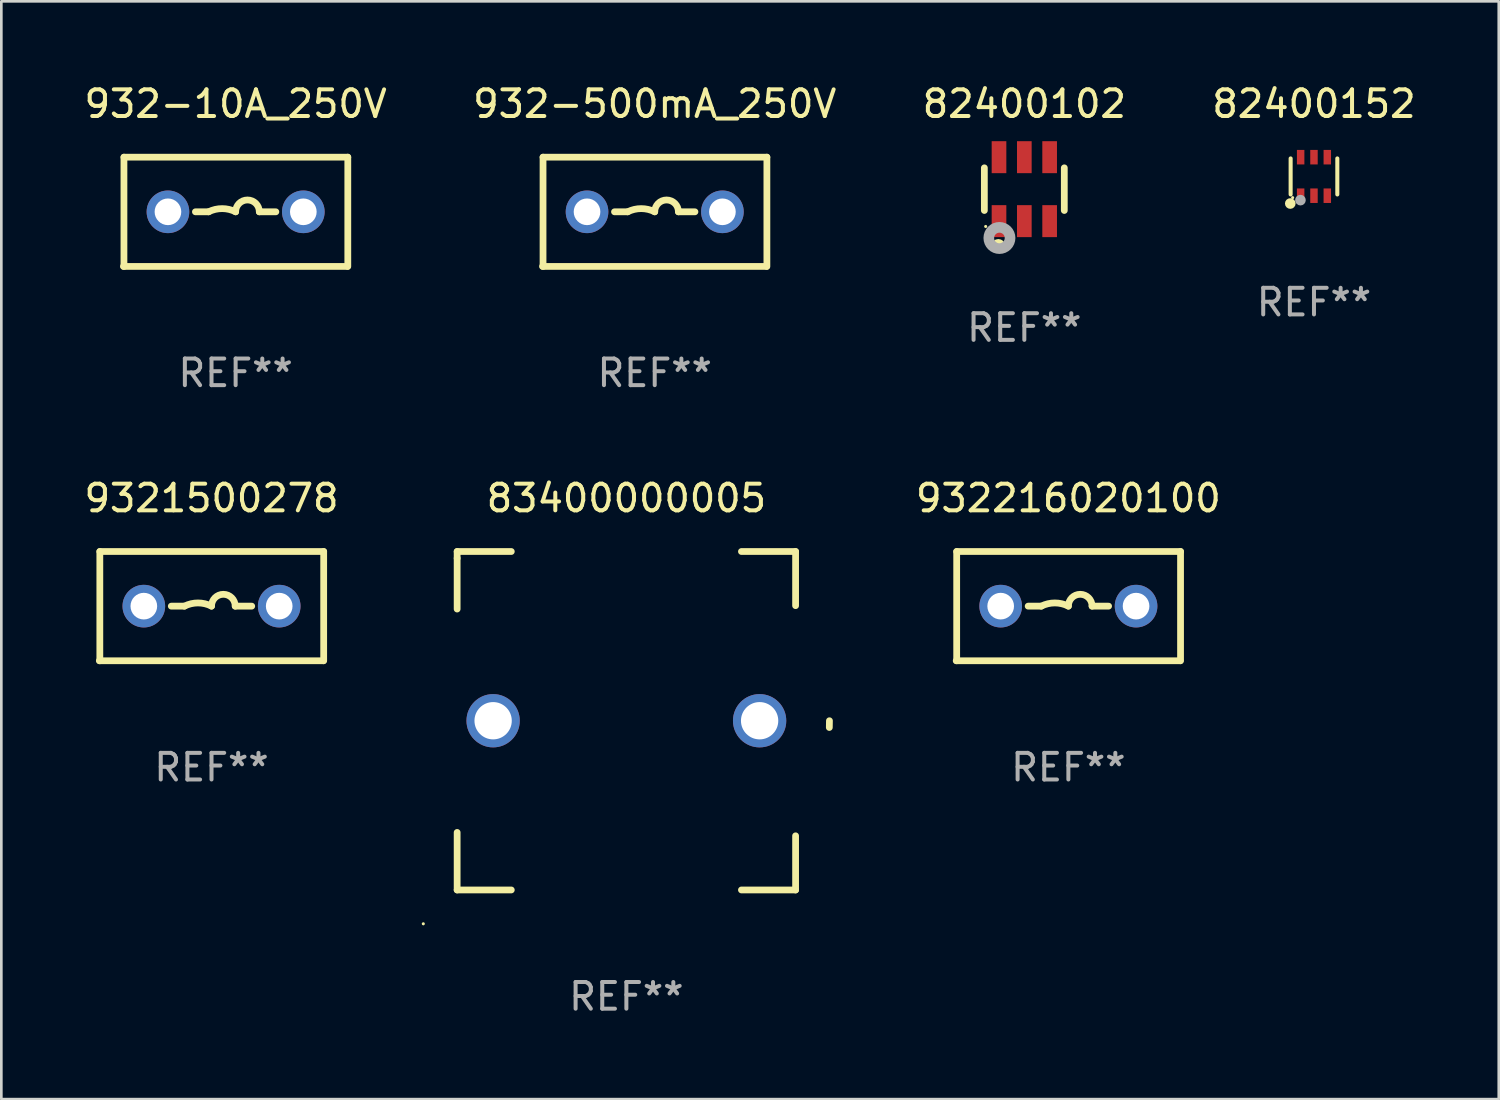
<source format=kicad_pcb>
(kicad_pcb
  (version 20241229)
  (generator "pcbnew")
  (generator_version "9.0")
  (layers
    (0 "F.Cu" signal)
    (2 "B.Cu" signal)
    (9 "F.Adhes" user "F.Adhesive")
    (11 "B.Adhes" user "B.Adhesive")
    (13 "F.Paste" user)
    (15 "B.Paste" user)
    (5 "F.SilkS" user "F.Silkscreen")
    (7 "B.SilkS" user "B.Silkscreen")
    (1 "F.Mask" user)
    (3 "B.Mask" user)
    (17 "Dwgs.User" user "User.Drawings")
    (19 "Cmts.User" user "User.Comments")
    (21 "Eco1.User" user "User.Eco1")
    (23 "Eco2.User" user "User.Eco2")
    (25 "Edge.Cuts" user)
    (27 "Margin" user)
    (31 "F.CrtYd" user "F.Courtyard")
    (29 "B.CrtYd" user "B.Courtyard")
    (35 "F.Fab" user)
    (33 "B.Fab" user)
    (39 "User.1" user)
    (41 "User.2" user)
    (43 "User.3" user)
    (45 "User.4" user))
  (footprint "932-10A_250V"
    (layer "F.Cu")
    (at 5.792 4.898)
    (property "Reference" "932-10A_250V" (at 0 -4.05 0) (layer "F.SilkS") (effects (font (size 1 1) (thickness 0.15))))
    (attr through_hole)
    (fp_line (start -4.191 -2.05) (end -4.191 2.05) (stroke (width 0.254) (type solid)) (layer "F.SilkS"))
    (fp_line (start -4.191 -2.05) (end 4.209 -2.05) (stroke (width 0.254) (type solid)) (layer "F.SilkS"))
    (fp_line (start -1.509 0) (end -1.016 0) (stroke (width 0.254) (type solid)) (layer "F.SilkS"))
    (fp_line (start 1.509 0) (end 0.889 0) (stroke (width 0.254) (type solid)) (layer "F.SilkS"))
    (fp_line (start 4.191 2.05) (end -4.209 2.05) (stroke (width 0.254) (type solid)) (layer "F.SilkS"))
    (fp_line (start 4.209 -2.05) (end 4.209 2.05) (stroke (width 0.254) (type solid)) (layer "F.SilkS"))
    (fp_arc (start -1.016002 0) (mid -0.508001 -0.119923) (end 0 0) (stroke (width 0.254001) (type solid)) (layer "F.SilkS"))
    (fp_arc (start 0 0) (mid 0.444501 -0.444501) (end 0.889002 0) (stroke (width 0.254001) (type solid)) (layer "F.SilkS"))
    (fp_circle (center -4.15 2.05) (end -4.12 2.05) (stroke (width 0.06) (type solid)) (fill no) (layer "F.SilkS"))
    (fp_text user "REF**" (at 0 6.05 0) (layer "F.Fab") (effects (font (size 1 1) (thickness 0.15))))
    (pad "1" thru_hole circle (at -2.54 0) (size 1.6 1.6) (drill 1) (layers "*.Cu" "*.Mask"))
    (pad "2" thru_hole circle (at 2.54 0) (size 1.6 1.6) (drill 1) (layers "*.Cu" "*.Mask")))
  (footprint "9321500278"
    (layer "F.Cu")
    (at 4.887 19.695)
    (property "Reference" "9321500278" (at 0 -4.05 0) (layer "F.SilkS") (effects (font (size 1 1) (thickness 0.15))))
    (attr through_hole)
    (fp_line (start -4.191 -2.05) (end -4.191 2.05) (stroke (width 0.254) (type solid)) (layer "F.SilkS"))
    (fp_line (start -4.191 -2.05) (end 4.209 -2.05) (stroke (width 0.254) (type solid)) (layer "F.SilkS"))
    (fp_line (start -1.509 0) (end -1.016 0) (stroke (width 0.254) (type solid)) (layer "F.SilkS"))
    (fp_line (start 1.509 0) (end 0.889 0) (stroke (width 0.254) (type solid)) (layer "F.SilkS"))
    (fp_line (start 4.191 2.05) (end -4.209 2.05) (stroke (width 0.254) (type solid)) (layer "F.SilkS"))
    (fp_line (start 4.209 -2.05) (end 4.209 2.05) (stroke (width 0.254) (type solid)) (layer "F.SilkS"))
    (fp_arc (start -1.016002 0) (mid -0.508001 -0.119923) (end 0 0) (stroke (width 0.254001) (type solid)) (layer "F.SilkS"))
    (fp_arc (start 0 0) (mid 0.444501 -0.444501) (end 0.889002 0) (stroke (width 0.254001) (type solid)) (layer "F.SilkS"))
    (fp_circle (center -4.15 2.05) (end -4.12 2.05) (stroke (width 0.06) (type solid)) (fill no) (layer "F.SilkS"))
    (fp_text user "REF**" (at 0 6.05 0) (layer "F.Fab") (effects (font (size 1 1) (thickness 0.15))))
    (pad "1" thru_hole circle (at -2.54 0) (size 1.6 1.6) (drill 1) (layers "*.Cu" "*.Mask"))
    (pad "2" thru_hole circle (at 2.54 0) (size 1.6 1.6) (drill 1) (layers "*.Cu" "*.Mask")))
  (footprint "82400152"
    (layer "F.Cu")
    (at 46.256 3.571)
    (property "Reference" "82400152" (at 0 -2.723 0) (layer "F.SilkS") (effects (font (size 1 1) (thickness 0.15))))
    (attr through_hole)
    (fp_line (start -0.876 0.676) (end -0.876 -0.676) (stroke (width 0.152) (type solid)) (layer "F.SilkS"))
    (fp_line (start 0.876 0.676) (end 0.876 -0.676) (stroke (width 0.152) (type solid)) (layer "F.SilkS"))
    (fp_circle (center -0.889 1.016) (end -0.789 1.016) (stroke (width 0.2) (type solid)) (fill no) (layer "F.SilkS"))
    (fp_circle (center -0.8 0.795) (end -0.77 0.795) (stroke (width 0.06) (type solid)) (fill no) (layer "F.SilkS"))
    (fp_circle (center -0.508 0.889) (end -0.408 0.889) (stroke (width 0.2) (type solid)) (fill no) (layer "F.Fab"))
    (fp_text user "REF**" (at 0 4.723 0) (layer "F.Fab") (effects (font (size 1 1) (thickness 0.15))))
    (pad "1" smd rect (at -0.5 0.723) (size 0.28 0.545) (layers "F.Cu" "F.Mask" "F.Paste"))
    (pad "2" smd rect (at 0 0.723) (size 0.28 0.545) (layers "F.Cu" "F.Mask" "F.Paste"))
    (pad "3" smd rect (at 0.5 0.723) (size 0.28 0.545) (layers "F.Cu" "F.Mask" "F.Paste"))
    (pad "4" smd rect (at 0.5 -0.723) (size 0.28 0.545) (layers "F.Cu" "F.Mask" "F.Paste"))
    (pad "5" smd rect (at 0 -0.723) (size 0.28 0.545) (layers "F.Cu" "F.Mask" "F.Paste"))
    (pad "6" smd rect (at -0.5 -0.723) (size 0.28 0.545) (layers "F.Cu" "F.Mask" "F.Paste")))
  (footprint "932216020100"
    (layer "F.Cu")
    (at 37.04 19.695)
    (property "Reference" "932216020100" (at 0 -4.05 0) (layer "F.SilkS") (effects (font (size 1 1) (thickness 0.15))))
    (attr through_hole)
    (fp_line (start -4.191 -2.05) (end -4.191 2.05) (stroke (width 0.254) (type solid)) (layer "F.SilkS"))
    (fp_line (start -4.191 -2.05) (end 4.209 -2.05) (stroke (width 0.254) (type solid)) (layer "F.SilkS"))
    (fp_line (start -1.509 0) (end -1.016 0) (stroke (width 0.254) (type solid)) (layer "F.SilkS"))
    (fp_line (start 1.509 0) (end 0.889 0) (stroke (width 0.254) (type solid)) (layer "F.SilkS"))
    (fp_line (start 4.191 2.05) (end -4.209 2.05) (stroke (width 0.254) (type solid)) (layer "F.SilkS"))
    (fp_line (start 4.209 -2.05) (end 4.209 2.05) (stroke (width 0.254) (type solid)) (layer "F.SilkS"))
    (fp_arc (start -1.016002 0) (mid -0.508001 -0.119923) (end 0 0) (stroke (width 0.254001) (type solid)) (layer "F.SilkS"))
    (fp_arc (start 0 0) (mid 0.444501 -0.444501) (end 0.889002 0) (stroke (width 0.254001) (type solid)) (layer "F.SilkS"))
    (fp_circle (center -4.15 2.05) (end -4.12 2.05) (stroke (width 0.06) (type solid)) (fill no) (layer "F.SilkS"))
    (fp_text user "REF**" (at 0 6.05 0) (layer "F.Fab") (effects (font (size 1 1) (thickness 0.15))))
    (pad "1" thru_hole circle (at -2.54 0) (size 1.6 1.6) (drill 1) (layers "*.Cu" "*.Mask"))
    (pad "2" thru_hole circle (at 2.54 0) (size 1.6 1.6) (drill 1) (layers "*.Cu" "*.Mask")))
  (footprint "932-500mA_250V"
    (layer "F.Cu")
    (at 21.518 4.898)
    (property "Reference" "932-500mA_250V" (at 0 -4.05 0) (layer "F.SilkS") (effects (font (size 1 1) (thickness 0.15))))
    (attr through_hole)
    (fp_line (start -4.191 -2.05) (end -4.191 2.05) (stroke (width 0.254) (type solid)) (layer "F.SilkS"))
    (fp_line (start -4.191 -2.05) (end 4.209 -2.05) (stroke (width 0.254) (type solid)) (layer "F.SilkS"))
    (fp_line (start -1.509 0) (end -1.016 0) (stroke (width 0.254) (type solid)) (layer "F.SilkS"))
    (fp_line (start 1.509 0) (end 0.889 0) (stroke (width 0.254) (type solid)) (layer "F.SilkS"))
    (fp_line (start 4.191 2.05) (end -4.209 2.05) (stroke (width 0.254) (type solid)) (layer "F.SilkS"))
    (fp_line (start 4.209 -2.05) (end 4.209 2.05) (stroke (width 0.254) (type solid)) (layer "F.SilkS"))
    (fp_arc (start -1.016002 0) (mid -0.508001 -0.119923) (end 0 0) (stroke (width 0.254001) (type solid)) (layer "F.SilkS"))
    (fp_arc (start 0 0) (mid 0.444501 -0.444501) (end 0.889002 0) (stroke (width 0.254001) (type solid)) (layer "F.SilkS"))
    (fp_circle (center -4.15 2.05) (end -4.12 2.05) (stroke (width 0.06) (type solid)) (fill no) (layer "F.SilkS"))
    (fp_text user "REF**" (at 0 6.05 0) (layer "F.Fab") (effects (font (size 1 1) (thickness 0.15))))
    (pad "1" thru_hole circle (at -2.54 0) (size 1.6 1.6) (drill 1) (layers "*.Cu" "*.Mask"))
    (pad "2" thru_hole circle (at 2.54 0) (size 1.6 1.6) (drill 1) (layers "*.Cu" "*.Mask")))
  (footprint "82400102"
    (layer "F.Cu")
    (at 35.387 4.048)
    (property "Reference" "82400102" (at 0 -3.2 0) (layer "F.SilkS") (effects (font (size 1 1) (thickness 0.15))))
    (attr through_hole)
    (fp_line (start -1.5 0.8) (end -1.5 -0.8) (stroke (width 0.254) (type solid)) (layer "F.SilkS"))
    (fp_line (start 1.5 -0.8) (end 1.5 0.8) (stroke (width 0.254) (type solid)) (layer "F.SilkS"))
    (fp_circle (center -1.45 1.4) (end -1.42 1.4) (stroke (width 0.06) (type solid)) (fill no) (layer "F.SilkS"))
    (fp_circle (center -0.975 2.125) (end -0.848 2.125) (stroke (width 0.254) (type solid)) (fill no) (layer "F.SilkS"))
    (fp_circle (center -0.934 1.832) (end -0.735 1.832) (stroke (width 0.4) (type solid)) (fill no) (layer "F.Fab"))
    (fp_text user "REF**" (at 0 5.2 0) (layer "F.Fab") (effects (font (size 1 1) (thickness 0.15))))
    (pad "1" smd rect (at -0.95 1.2) (size 0.55 1.2) (layers "F.Cu" "F.Mask" "F.Paste"))
    (pad "2" smd rect (at 0 1.2) (size 0.55 1.2) (layers "F.Cu" "F.Mask" "F.Paste"))
    (pad "3" smd rect (at 0.95 1.2) (size 0.55 1.2) (layers "F.Cu" "F.Mask" "F.Paste"))
    (pad "4" smd rect (at 0.95 -1.2) (size 0.55 1.2) (layers "F.Cu" "F.Mask" "F.Paste"))
    (pad "5" smd rect (at 0 -1.2) (size 0.55 1.2) (layers "F.Cu" "F.Mask" "F.Paste"))
    (pad "6" smd rect (at -0.95 -1.2) (size 0.55 1.2) (layers "F.Cu" "F.Mask" "F.Paste")))
  (footprint "83400000005"
    (layer "F.Cu")
    (at 20.454 23.995)
    (property "Reference" "83400000005" (at 0 -8.35 0) (layer "F.SilkS") (effects (font (size 1 1) (thickness 0.15))))
    (attr through_hole)
    (fp_line (start -6.35 -6.35) (end -4.318 -6.35) (stroke (width 0.254) (type solid)) (layer "F.SilkS"))
    (fp_line (start -6.35 -6.096) (end -6.35 -6.35) (stroke (width 0.254) (type solid)) (layer "F.SilkS"))
    (fp_line (start -6.35 -4.191) (end -6.35 -6.096) (stroke (width 0.254) (type solid)) (layer "F.SilkS"))
    (fp_line (start -6.35 4.191) (end -6.35 6.35) (stroke (width 0.254) (type solid)) (layer "F.SilkS"))
    (fp_line (start -6.35 6.35) (end -4.318 6.35) (stroke (width 0.254) (type solid)) (layer "F.SilkS"))
    (fp_line (start 4.318 -6.35) (end 6.35 -6.35) (stroke (width 0.254) (type solid)) (layer "F.SilkS"))
    (fp_line (start 6.35 -6.35) (end 6.35 -4.318) (stroke (width 0.254) (type solid)) (layer "F.SilkS"))
    (fp_line (start 6.35 4.318) (end 6.35 6.35) (stroke (width 0.254) (type solid)) (layer "F.SilkS"))
    (fp_line (start 6.35 6.35) (end 4.318 6.35) (stroke (width 0.254) (type solid)) (layer "F.SilkS"))
    (fp_arc (start 7.615773 0.253848) (mid 7.616837 0.126906) (end 7.620015 0) (stroke (width 0.254001) (type solid)) (layer "F.SilkS"))
    (fp_circle (center -7.62 7.62) (end -7.59 7.62) (stroke (width 0.06) (type solid)) (fill no) (layer "F.SilkS"))
    (fp_text user "REF**" (at 0 10.35 0) (layer "F.Fab") (effects (font (size 1 1) (thickness 0.15))))
    (pad "1" thru_hole circle (at -5 0) (size 2 2) (drill 1.4) (layers "*.Cu" "*.Mask"))
    (pad "2" thru_hole circle (at 5 0) (size 2 2) (drill 1.4) (layers "*.Cu" "*.Mask")))
  (gr_rect
    (start -3 -3)
    (end 53.19 38.193)
    (stroke (width 0.1) (type default))
    (fill no)
    (layer "Edge.Cuts")))
</source>
